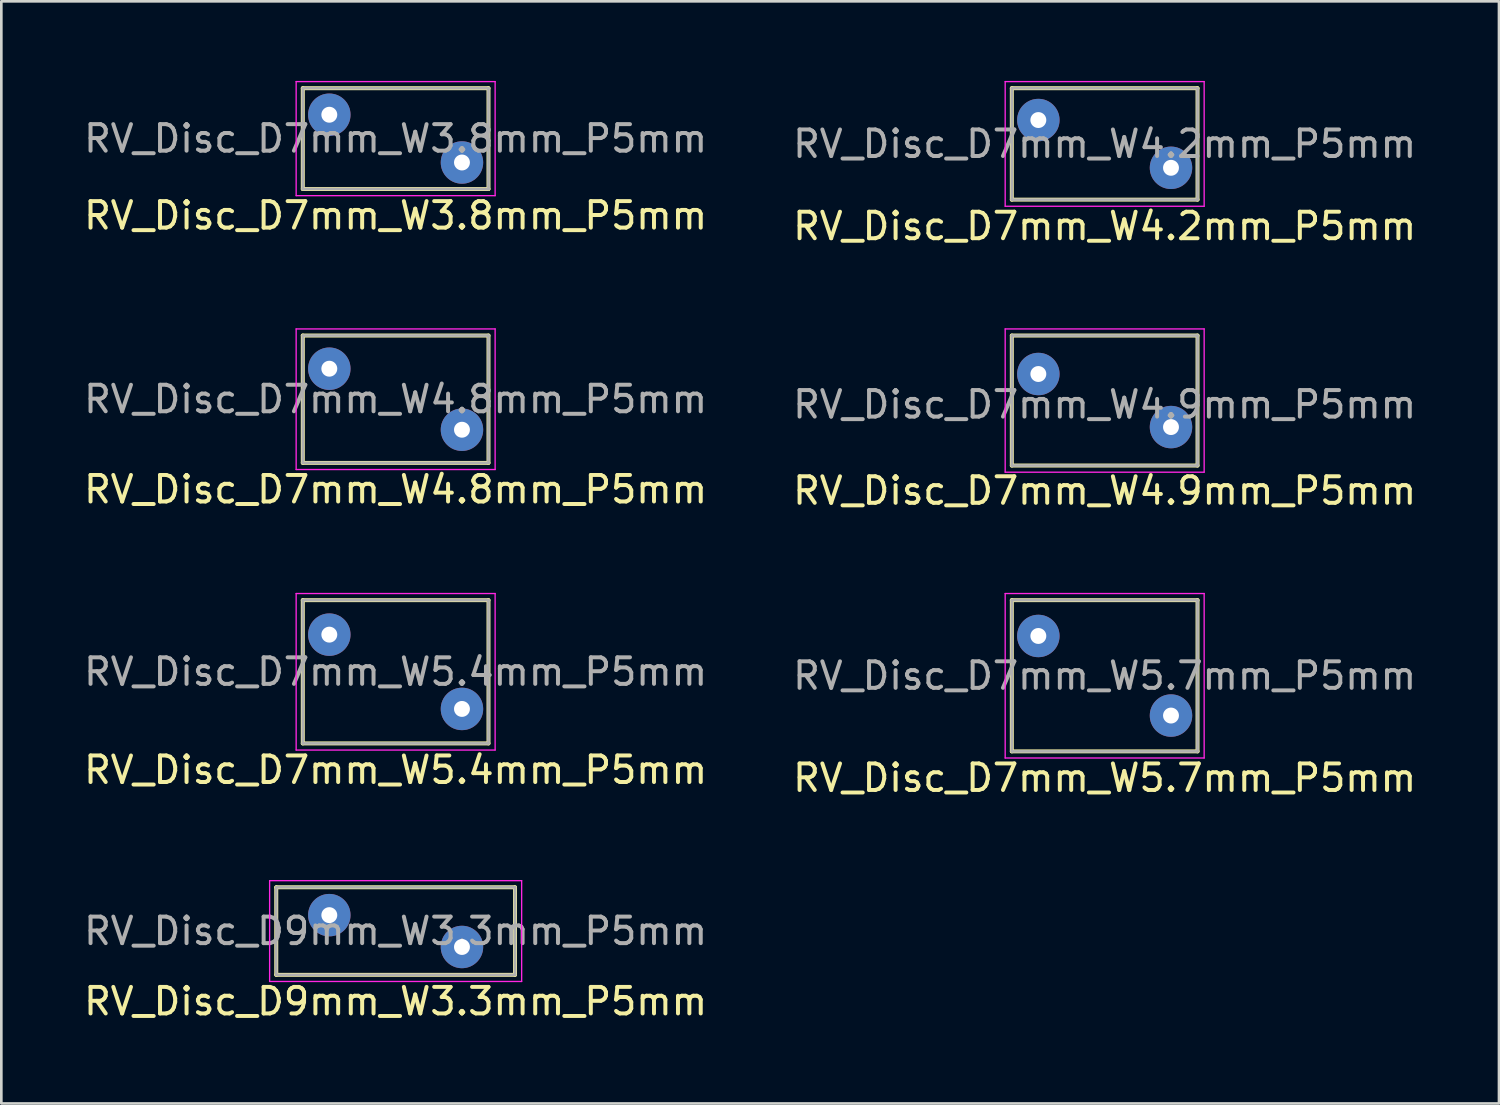
<source format=kicad_pcb>
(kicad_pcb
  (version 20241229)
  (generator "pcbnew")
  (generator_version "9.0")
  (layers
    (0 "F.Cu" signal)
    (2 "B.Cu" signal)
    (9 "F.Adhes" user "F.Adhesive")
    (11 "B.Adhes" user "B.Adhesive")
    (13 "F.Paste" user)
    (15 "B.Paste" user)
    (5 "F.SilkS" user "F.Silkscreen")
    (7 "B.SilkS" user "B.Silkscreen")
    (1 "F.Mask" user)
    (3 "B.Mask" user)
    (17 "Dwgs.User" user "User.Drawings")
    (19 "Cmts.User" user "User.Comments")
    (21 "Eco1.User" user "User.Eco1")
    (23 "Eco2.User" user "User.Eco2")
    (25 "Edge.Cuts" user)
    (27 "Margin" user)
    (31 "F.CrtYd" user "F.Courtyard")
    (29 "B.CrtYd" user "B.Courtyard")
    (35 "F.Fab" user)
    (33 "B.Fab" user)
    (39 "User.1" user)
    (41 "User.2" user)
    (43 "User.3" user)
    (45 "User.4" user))
  (footprint "RV_Disc_D7mm_W3.8mm_P5mm"
    (layer "F.Cu")
    (at 9.363 1.275)
    (property "Reference" "RV_Disc_D7mm_W3.8mm_P5mm" (at 2.5 3.8 0) (layer "F.SilkS") (effects (font (size 1 1) (thickness 0.15))))
    (attr through_hole)
    (fp_line (start -1 -1) (end -1 2.8) (stroke (width 0.15) (type solid)) (layer "F.SilkS"))
    (fp_line (start -1 -1) (end 6 -1) (stroke (width 0.15) (type solid)) (layer "F.SilkS"))
    (fp_line (start -1 2.8) (end 6 2.8) (stroke (width 0.15) (type solid)) (layer "F.SilkS"))
    (fp_line (start 6 -1) (end 6 2.8) (stroke (width 0.15) (type solid)) (layer "F.SilkS"))
    (fp_line (start -1.25 -1.25) (end -1.25 3.05) (stroke (width 0.05) (type solid)) (layer "F.CrtYd"))
    (fp_line (start -1.25 -1.25) (end 6.25 -1.25) (stroke (width 0.05) (type solid)) (layer "F.CrtYd"))
    (fp_line (start -1.25 3.05) (end 6.25 3.05) (stroke (width 0.05) (type solid)) (layer "F.CrtYd"))
    (fp_line (start 6.25 -1.25) (end 6.25 3.05) (stroke (width 0.05) (type solid)) (layer "F.CrtYd"))
    (fp_line (start -1 -1) (end -1 2.8) (stroke (width 0.1) (type solid)) (layer "F.Fab"))
    (fp_line (start -1 -1) (end 6 -1) (stroke (width 0.1) (type solid)) (layer "F.Fab"))
    (fp_line (start -1 2.8) (end 6 2.8) (stroke (width 0.1) (type solid)) (layer "F.Fab"))
    (fp_line (start 6 -1) (end 6 2.8) (stroke (width 0.1) (type solid)) (layer "F.Fab"))
    (fp_text user "${REFERENCE}" (at 2.5 0.9 0) (layer "F.Fab") (effects (font (size 1 1) (thickness 0.15))))
    (pad "1" thru_hole circle (at 0 0) (size 1.6 1.6) (drill 0.6) (layers "*.Cu" "*.Mask"))
    (pad "2" thru_hole circle (at 5 1.8) (size 1.6 1.6) (drill 0.6) (layers "*.Cu" "*.Mask")))
  (footprint "RV_Disc_D7mm_W5.4mm_P5mm"
    (layer "F.Cu")
    (at 9.363 20.872)
    (property "Reference" "RV_Disc_D7mm_W5.4mm_P5mm" (at 2.5 5.1 0) (layer "F.SilkS") (effects (font (size 1 1) (thickness 0.15))))
    (attr through_hole)
    (fp_line (start -1 -1.3) (end -1 4.1) (stroke (width 0.15) (type solid)) (layer "F.SilkS"))
    (fp_line (start -1 -1.3) (end 6 -1.3) (stroke (width 0.15) (type solid)) (layer "F.SilkS"))
    (fp_line (start -1 4.1) (end 6 4.1) (stroke (width 0.15) (type solid)) (layer "F.SilkS"))
    (fp_line (start 6 -1.3) (end 6 4.1) (stroke (width 0.15) (type solid)) (layer "F.SilkS"))
    (fp_line (start -1.25 -1.55) (end -1.25 4.35) (stroke (width 0.05) (type solid)) (layer "F.CrtYd"))
    (fp_line (start -1.25 -1.55) (end 6.25 -1.55) (stroke (width 0.05) (type solid)) (layer "F.CrtYd"))
    (fp_line (start -1.25 4.35) (end 6.25 4.35) (stroke (width 0.05) (type solid)) (layer "F.CrtYd"))
    (fp_line (start 6.25 -1.55) (end 6.25 4.35) (stroke (width 0.05) (type solid)) (layer "F.CrtYd"))
    (fp_line (start -1 -1.3) (end -1 4.1) (stroke (width 0.1) (type solid)) (layer "F.Fab"))
    (fp_line (start -1 -1.3) (end 6 -1.3) (stroke (width 0.1) (type solid)) (layer "F.Fab"))
    (fp_line (start -1 4.1) (end 6 4.1) (stroke (width 0.1) (type solid)) (layer "F.Fab"))
    (fp_line (start 6 -1.3) (end 6 4.1) (stroke (width 0.1) (type solid)) (layer "F.Fab"))
    (fp_text user "${REFERENCE}" (at 2.5 1.4 0) (layer "F.Fab") (effects (font (size 1 1) (thickness 0.15))))
    (pad "1" thru_hole circle (at 0 0) (size 1.6 1.6) (drill 0.6) (layers "*.Cu" "*.Mask"))
    (pad "2" thru_hole circle (at 5 2.8) (size 1.6 1.6) (drill 0.6) (layers "*.Cu" "*.Mask")))
  (footprint "RV_Disc_D9mm_W3.3mm_P5mm"
    (layer "F.Cu")
    (at 9.363 31.445)
    (property "Reference" "RV_Disc_D9mm_W3.3mm_P5mm" (at 2.5 3.25 0) (layer "F.SilkS") (effects (font (size 1 1) (thickness 0.15))))
    (attr through_hole)
    (fp_line (start -2 -1.05) (end -2 2.25) (stroke (width 0.15) (type solid)) (layer "F.SilkS"))
    (fp_line (start -2 -1.05) (end 7 -1.05) (stroke (width 0.15) (type solid)) (layer "F.SilkS"))
    (fp_line (start -2 2.25) (end 7 2.25) (stroke (width 0.15) (type solid)) (layer "F.SilkS"))
    (fp_line (start 7 -1.05) (end 7 2.25) (stroke (width 0.15) (type solid)) (layer "F.SilkS"))
    (fp_line (start -2.25 -1.3) (end -2.25 2.5) (stroke (width 0.05) (type solid)) (layer "F.CrtYd"))
    (fp_line (start -2.25 -1.3) (end 7.25 -1.3) (stroke (width 0.05) (type solid)) (layer "F.CrtYd"))
    (fp_line (start -2.25 2.5) (end 7.25 2.5) (stroke (width 0.05) (type solid)) (layer "F.CrtYd"))
    (fp_line (start 7.25 -1.3) (end 7.25 2.5) (stroke (width 0.05) (type solid)) (layer "F.CrtYd"))
    (fp_line (start -2 -1.05) (end -2 2.25) (stroke (width 0.1) (type solid)) (layer "F.Fab"))
    (fp_line (start -2 -1.05) (end 7 -1.05) (stroke (width 0.1) (type solid)) (layer "F.Fab"))
    (fp_line (start -2 2.25) (end 7 2.25) (stroke (width 0.1) (type solid)) (layer "F.Fab"))
    (fp_line (start 7 -1.05) (end 7 2.25) (stroke (width 0.1) (type solid)) (layer "F.Fab"))
    (fp_text user "${REFERENCE}" (at 2.5 0.6 0) (layer "F.Fab") (effects (font (size 1 1) (thickness 0.15))))
    (pad "1" thru_hole circle (at 0 0) (size 1.6 1.6) (drill 0.6) (layers "*.Cu" "*.Mask"))
    (pad "2" thru_hole circle (at 5 1.2) (size 1.6 1.6) (drill 0.6) (layers "*.Cu" "*.Mask")))
  (footprint "RV_Disc_D7mm_W5.7mm_P5mm"
    (layer "F.Cu")
    (at 36.089 20.922)
    (property "Reference" "RV_Disc_D7mm_W5.7mm_P5mm" (at 2.5 5.35 0) (layer "F.SilkS") (effects (font (size 1 1) (thickness 0.15))))
    (attr through_hole)
    (fp_line (start -1 -1.35) (end -1 4.35) (stroke (width 0.15) (type solid)) (layer "F.SilkS"))
    (fp_line (start -1 -1.35) (end 6 -1.35) (stroke (width 0.15) (type solid)) (layer "F.SilkS"))
    (fp_line (start -1 4.35) (end 6 4.35) (stroke (width 0.15) (type solid)) (layer "F.SilkS"))
    (fp_line (start 6 -1.35) (end 6 4.35) (stroke (width 0.15) (type solid)) (layer "F.SilkS"))
    (fp_line (start -1.25 -1.6) (end -1.25 4.6) (stroke (width 0.05) (type solid)) (layer "F.CrtYd"))
    (fp_line (start -1.25 -1.6) (end 6.25 -1.6) (stroke (width 0.05) (type solid)) (layer "F.CrtYd"))
    (fp_line (start -1.25 4.6) (end 6.25 4.6) (stroke (width 0.05) (type solid)) (layer "F.CrtYd"))
    (fp_line (start 6.25 -1.6) (end 6.25 4.6) (stroke (width 0.05) (type solid)) (layer "F.CrtYd"))
    (fp_line (start -1 -1.35) (end -1 4.35) (stroke (width 0.1) (type solid)) (layer "F.Fab"))
    (fp_line (start -1 -1.35) (end 6 -1.35) (stroke (width 0.1) (type solid)) (layer "F.Fab"))
    (fp_line (start -1 4.35) (end 6 4.35) (stroke (width 0.1) (type solid)) (layer "F.Fab"))
    (fp_line (start 6 -1.35) (end 6 4.35) (stroke (width 0.1) (type solid)) (layer "F.Fab"))
    (fp_text user "${REFERENCE}" (at 2.5 1.5 0) (layer "F.Fab") (effects (font (size 1 1) (thickness 0.15))))
    (pad "1" thru_hole circle (at 0 0) (size 1.6 1.6) (drill 0.6) (layers "*.Cu" "*.Mask"))
    (pad "2" thru_hole circle (at 5 3) (size 1.6 1.6) (drill 0.6) (layers "*.Cu" "*.Mask")))
  (footprint "RV_Disc_D7mm_W4.9mm_P5mm"
    (layer "F.Cu")
    (at 36.089 11.048)
    (property "Reference" "RV_Disc_D7mm_W4.9mm_P5mm" (at 2.5 4.4 0) (layer "F.SilkS") (effects (font (size 1 1) (thickness 0.15))))
    (attr through_hole)
    (fp_line (start -1 -1.45) (end -1 3.45) (stroke (width 0.15) (type solid)) (layer "F.SilkS"))
    (fp_line (start -1 -1.45) (end 6 -1.45) (stroke (width 0.15) (type solid)) (layer "F.SilkS"))
    (fp_line (start -1 3.45) (end 6 3.45) (stroke (width 0.15) (type solid)) (layer "F.SilkS"))
    (fp_line (start 6 -1.45) (end 6 3.45) (stroke (width 0.15) (type solid)) (layer "F.SilkS"))
    (fp_line (start -1.25 -1.7) (end -1.25 3.7) (stroke (width 0.05) (type solid)) (layer "F.CrtYd"))
    (fp_line (start -1.25 -1.7) (end 6.25 -1.7) (stroke (width 0.05) (type solid)) (layer "F.CrtYd"))
    (fp_line (start -1.25 3.7) (end 6.25 3.7) (stroke (width 0.05) (type solid)) (layer "F.CrtYd"))
    (fp_line (start 6.25 -1.7) (end 6.25 3.7) (stroke (width 0.05) (type solid)) (layer "F.CrtYd"))
    (fp_line (start -1 -1.45) (end -1 3.45) (stroke (width 0.1) (type solid)) (layer "F.Fab"))
    (fp_line (start -1 -1.45) (end 6 -1.45) (stroke (width 0.1) (type solid)) (layer "F.Fab"))
    (fp_line (start -1 3.45) (end 6 3.45) (stroke (width 0.1) (type solid)) (layer "F.Fab"))
    (fp_line (start 6 -1.45) (end 6 3.44) (stroke (width 0.1) (type solid)) (layer "F.Fab"))
    (fp_text user "${REFERENCE}" (at 2.5 1.15 0) (layer "F.Fab") (effects (font (size 1 1) (thickness 0.15))))
    (pad "1" thru_hole circle (at 0 0) (size 1.6 1.6) (drill 0.6) (layers "*.Cu" "*.Mask"))
    (pad "2" thru_hole circle (at 5 2) (size 1.6 1.6) (drill 0.6) (layers "*.Cu" "*.Mask")))
  (footprint "RV_Disc_D7mm_W4.8mm_P5mm"
    (layer "F.Cu")
    (at 9.363 10.848)
    (property "Reference" "RV_Disc_D7mm_W4.8mm_P5mm" (at 2.5 4.55 0) (layer "F.SilkS") (effects (font (size 1 1) (thickness 0.15))))
    (attr through_hole)
    (fp_line (start -1 -1.25) (end -1 3.55) (stroke (width 0.15) (type solid)) (layer "F.SilkS"))
    (fp_line (start -1 -1.25) (end 6 -1.25) (stroke (width 0.15) (type solid)) (layer "F.SilkS"))
    (fp_line (start -1 3.55) (end 6 3.55) (stroke (width 0.15) (type solid)) (layer "F.SilkS"))
    (fp_line (start 6 -1.25) (end 6 3.55) (stroke (width 0.15) (type solid)) (layer "F.SilkS"))
    (fp_line (start -1.25 -1.5) (end -1.25 3.8) (stroke (width 0.05) (type solid)) (layer "F.CrtYd"))
    (fp_line (start -1.25 -1.5) (end 6.25 -1.5) (stroke (width 0.05) (type solid)) (layer "F.CrtYd"))
    (fp_line (start -1.25 3.8) (end 6.25 3.8) (stroke (width 0.05) (type solid)) (layer "F.CrtYd"))
    (fp_line (start 6.25 -1.5) (end 6.25 3.8) (stroke (width 0.05) (type solid)) (layer "F.CrtYd"))
    (fp_line (start -1 -1.25) (end -1 3.55) (stroke (width 0.1) (type solid)) (layer "F.Fab"))
    (fp_line (start -1 -1.25) (end 6 -1.25) (stroke (width 0.1) (type solid)) (layer "F.Fab"))
    (fp_line (start -1 3.55) (end 6 3.55) (stroke (width 0.1) (type solid)) (layer "F.Fab"))
    (fp_line (start 6 -1.25) (end 6 3.55) (stroke (width 0.1) (type solid)) (layer "F.Fab"))
    (fp_text user "${REFERENCE}" (at 2.5 1.15 0) (layer "F.Fab") (effects (font (size 1 1) (thickness 0.15))))
    (pad "1" thru_hole circle (at 0 0) (size 1.6 1.6) (drill 0.6) (layers "*.Cu" "*.Mask"))
    (pad "2" thru_hole circle (at 5 2.3) (size 1.6 1.6) (drill 0.6) (layers "*.Cu" "*.Mask")))
  (footprint "RV_Disc_D7mm_W4.2mm_P5mm"
    (layer "F.Cu")
    (at 36.089 1.475)
    (property "Reference" "RV_Disc_D7mm_W4.2mm_P5mm" (at 2.5 4 0) (layer "F.SilkS") (effects (font (size 1 1) (thickness 0.15))))
    (attr through_hole)
    (fp_line (start -1 -1.2) (end -1 3) (stroke (width 0.15) (type solid)) (layer "F.SilkS"))
    (fp_line (start -1 -1.2) (end 6 -1.2) (stroke (width 0.15) (type solid)) (layer "F.SilkS"))
    (fp_line (start -1 3) (end 6 3) (stroke (width 0.15) (type solid)) (layer "F.SilkS"))
    (fp_line (start 6 -1.2) (end 6 3) (stroke (width 0.15) (type solid)) (layer "F.SilkS"))
    (fp_line (start -1.25 -1.45) (end -1.25 3.25) (stroke (width 0.05) (type solid)) (layer "F.CrtYd"))
    (fp_line (start -1.25 -1.45) (end 6.25 -1.45) (stroke (width 0.05) (type solid)) (layer "F.CrtYd"))
    (fp_line (start -1.25 3.25) (end 6.25 3.25) (stroke (width 0.05) (type solid)) (layer "F.CrtYd"))
    (fp_line (start 6.25 -1.45) (end 6.25 3.25) (stroke (width 0.05) (type solid)) (layer "F.CrtYd"))
    (fp_line (start -1 -1.2) (end -1 3) (stroke (width 0.1) (type solid)) (layer "F.Fab"))
    (fp_line (start -1 -1.2) (end 6 -1.2) (stroke (width 0.1) (type solid)) (layer "F.Fab"))
    (fp_line (start -1 3) (end 6 3) (stroke (width 0.1) (type solid)) (layer "F.Fab"))
    (fp_line (start 6 -1.2) (end 6 3) (stroke (width 0.1) (type solid)) (layer "F.Fab"))
    (fp_text user "${REFERENCE}" (at 2.5 0.9 0) (layer "F.Fab") (effects (font (size 1 1) (thickness 0.15))))
    (pad "1" thru_hole circle (at 0 0) (size 1.6 1.6) (drill 0.6) (layers "*.Cu" "*.Mask"))
    (pad "2" thru_hole circle (at 5 1.8) (size 1.6 1.6) (drill 0.6) (layers "*.Cu" "*.Mask")))
  (gr_rect
    (start -3 -3)
    (end 53.452 38.543)
    (stroke (width 0.1) (type default))
    (fill no)
    (layer "Edge.Cuts")))
</source>
